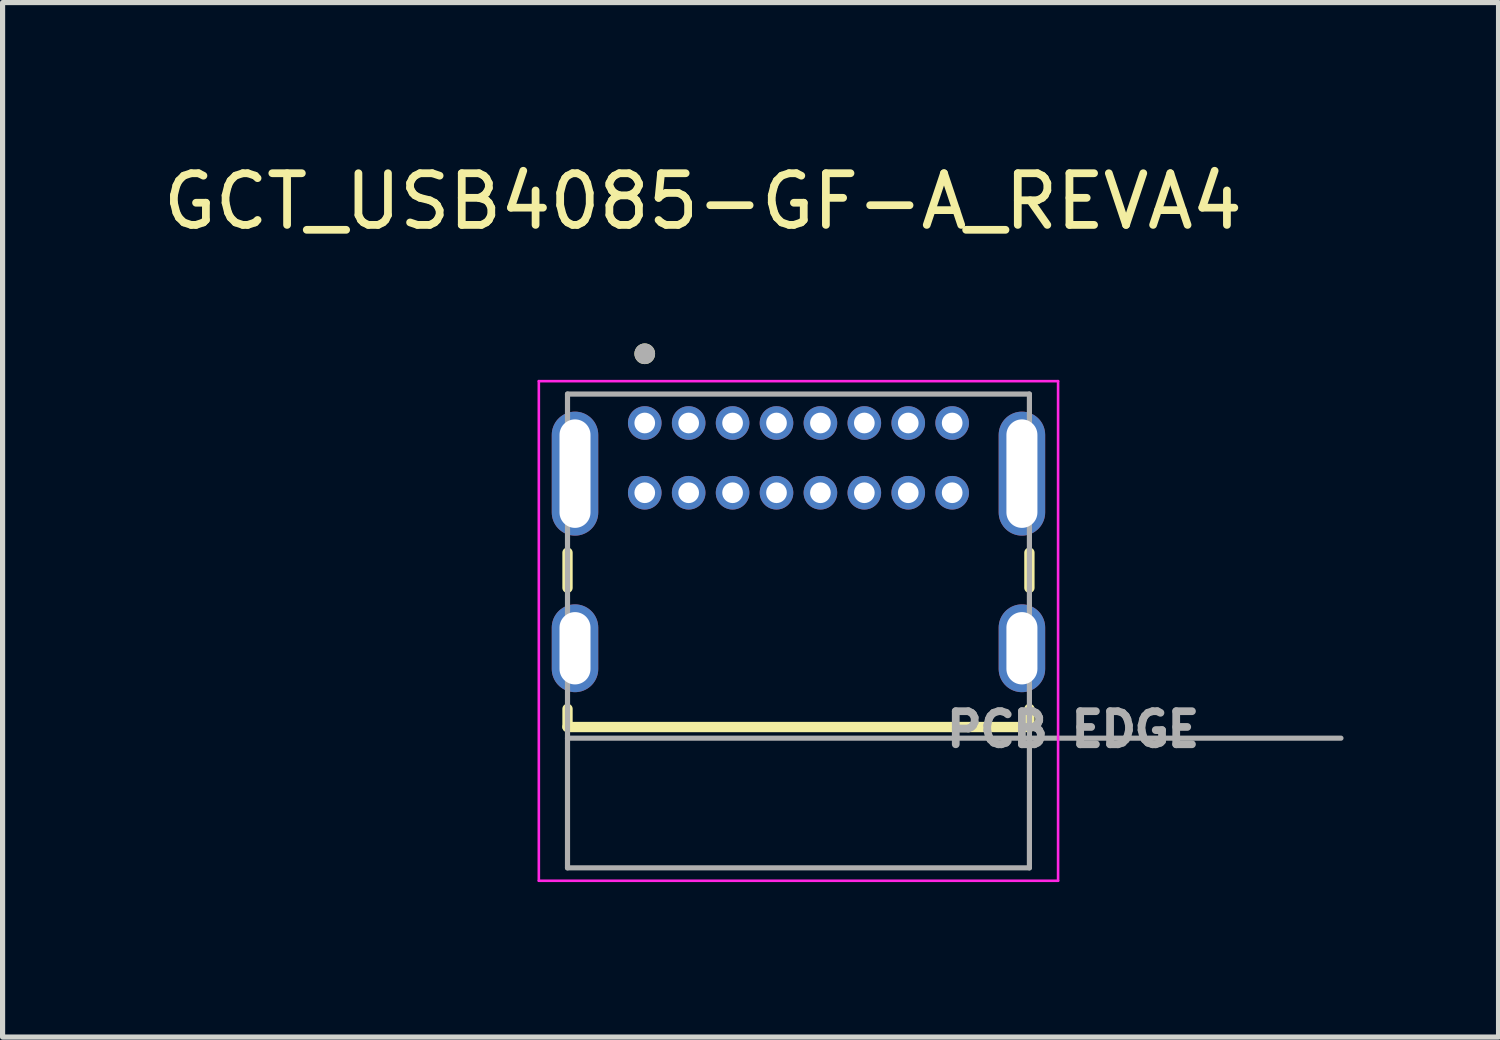
<source format=kicad_pcb>
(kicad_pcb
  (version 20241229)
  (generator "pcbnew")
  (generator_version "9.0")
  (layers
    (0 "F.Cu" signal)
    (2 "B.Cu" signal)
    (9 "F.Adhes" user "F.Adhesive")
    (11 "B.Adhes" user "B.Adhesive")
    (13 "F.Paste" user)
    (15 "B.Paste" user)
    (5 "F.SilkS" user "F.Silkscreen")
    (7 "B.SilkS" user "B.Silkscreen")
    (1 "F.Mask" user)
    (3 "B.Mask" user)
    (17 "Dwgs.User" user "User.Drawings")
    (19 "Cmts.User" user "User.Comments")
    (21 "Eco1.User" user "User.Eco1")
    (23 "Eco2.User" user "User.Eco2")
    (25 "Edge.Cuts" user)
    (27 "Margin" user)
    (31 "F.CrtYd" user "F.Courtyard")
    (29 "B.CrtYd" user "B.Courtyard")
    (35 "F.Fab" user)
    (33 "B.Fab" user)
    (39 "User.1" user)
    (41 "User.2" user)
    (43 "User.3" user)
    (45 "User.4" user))
  (footprint "GCT_USB4085-GF-A_REVA4"
    (layer "F.Cu")
    (at 12.404 9.403)
    (property "Reference" "GCT_USB4085-GF-A_REVA4" (at -1.85 -8.555 0) (layer "F.SilkS") (effects (font (size 1 1) (thickness 0.15))))
    (attr through_hole)
    (fp_poly (pts (xy -3.775 -4.036) (xy -3.775 -2.536) (xy -3.776 -2.507) (xy -3.778 -2.479) (xy -3.782 -2.45) (xy -3.787 -2.422) (xy -3.794 -2.394) (xy -3.802 -2.366) (xy -3.812 -2.339) (xy -3.823 -2.312) (xy -3.835 -2.286) (xy -3.849 -2.261) (xy -3.864 -2.236) (xy -3.88 -2.213) (xy -3.898 -2.19) (xy -3.916 -2.168) (xy -3.936 -2.147) (xy -3.957 -2.127) (xy -3.979 -2.109) (xy -4.002 -2.091) (xy -4.025 -2.075) (xy -4.05 -2.06) (xy -4.075 -2.046) (xy -4.101 -2.034) (xy -4.128 -2.023) (xy -4.155 -2.013) (xy -4.183 -2.005) (xy -4.211 -1.998) (xy -4.239 -1.993) (xy -4.268 -1.989) (xy -4.296 -1.987) (xy -4.325 -1.986) (xy -4.354 -1.987) (xy -4.382 -1.989) (xy -4.411 -1.993) (xy -4.439 -1.998) (xy -4.467 -2.005) (xy -4.495 -2.013) (xy -4.522 -2.023) (xy -4.549 -2.034) (xy -4.575 -2.046) (xy -4.6 -2.06) (xy -4.625 -2.075) (xy -4.648 -2.091) (xy -4.671 -2.109) (xy -4.693 -2.127) (xy -4.714 -2.147) (xy -4.734 -2.168) (xy -4.752 -2.19) (xy -4.77 -2.213) (xy -4.786 -2.236) (xy -4.801 -2.261) (xy -4.815 -2.286) (xy -4.827 -2.312) (xy -4.838 -2.339) (xy -4.848 -2.366) (xy -4.856 -2.394) (xy -4.863 -2.422) (xy -4.868 -2.45) (xy -4.872 -2.479) (xy -4.874 -2.507) (xy -4.875 -2.536) (xy -4.875 -4.036) (xy -4.874 -4.065) (xy -4.872 -4.093) (xy -4.868 -4.122) (xy -4.863 -4.15) (xy -4.856 -4.178) (xy -4.848 -4.206) (xy -4.838 -4.233) (xy -4.827 -4.26) (xy -4.815 -4.286) (xy -4.801 -4.311) (xy -4.786 -4.336) (xy -4.77 -4.359) (xy -4.752 -4.382) (xy -4.734 -4.404) (xy -4.714 -4.425) (xy -4.693 -4.445) (xy -4.671 -4.463) (xy -4.648 -4.481) (xy -4.625 -4.497) (xy -4.6 -4.512) (xy -4.575 -4.526) (xy -4.549 -4.538) (xy -4.522 -4.549) (xy -4.495 -4.559) (xy -4.467 -4.567) (xy -4.439 -4.574) (xy -4.411 -4.579) (xy -4.382 -4.583) (xy -4.354 -4.585) (xy -4.325 -4.586) (xy -4.296 -4.585) (xy -4.268 -4.583) (xy -4.239 -4.579) (xy -4.211 -4.574) (xy -4.183 -4.567) (xy -4.155 -4.559) (xy -4.128 -4.549) (xy -4.101 -4.538) (xy -4.075 -4.526) (xy -4.05 -4.512) (xy -4.025 -4.497) (xy -4.002 -4.481) (xy -3.979 -4.463) (xy -3.957 -4.445) (xy -3.936 -4.425) (xy -3.916 -4.404) (xy -3.898 -4.382) (xy -3.88 -4.359) (xy -3.864 -4.336) (xy -3.849 -4.311) (xy -3.835 -4.286) (xy -3.823 -4.26) (xy -3.812 -4.233) (xy -3.802 -4.206) (xy -3.794 -4.178) (xy -3.787 -4.15) (xy -3.782 -4.122) (xy -3.778 -4.093) (xy -3.776 -4.065) (xy -3.775 -4.036)) (stroke (width 0.01) (type solid)) (fill yes) (layer "F.Mask"))
    (fp_poly (pts (xy -3.775 -0.306) (xy -3.775 0.494) (xy -3.776 0.523) (xy -3.778 0.551) (xy -3.782 0.58) (xy -3.787 0.608) (xy -3.794 0.636) (xy -3.802 0.664) (xy -3.812 0.691) (xy -3.823 0.718) (xy -3.835 0.744) (xy -3.849 0.769) (xy -3.864 0.794) (xy -3.88 0.817) (xy -3.898 0.84) (xy -3.916 0.862) (xy -3.936 0.883) (xy -3.957 0.903) (xy -3.979 0.921) (xy -4.002 0.939) (xy -4.025 0.955) (xy -4.05 0.97) (xy -4.075 0.984) (xy -4.101 0.996) (xy -4.128 1.007) (xy -4.155 1.017) (xy -4.183 1.025) (xy -4.211 1.032) (xy -4.239 1.037) (xy -4.268 1.041) (xy -4.296 1.043) (xy -4.325 1.044) (xy -4.354 1.043) (xy -4.382 1.041) (xy -4.411 1.037) (xy -4.439 1.032) (xy -4.467 1.025) (xy -4.495 1.017) (xy -4.522 1.007) (xy -4.549 0.996) (xy -4.575 0.984) (xy -4.6 0.97) (xy -4.625 0.955) (xy -4.648 0.939) (xy -4.671 0.921) (xy -4.693 0.903) (xy -4.714 0.883) (xy -4.734 0.862) (xy -4.752 0.84) (xy -4.77 0.817) (xy -4.786 0.794) (xy -4.801 0.769) (xy -4.815 0.744) (xy -4.827 0.718) (xy -4.838 0.691) (xy -4.848 0.664) (xy -4.856 0.636) (xy -4.863 0.608) (xy -4.868 0.58) (xy -4.872 0.551) (xy -4.874 0.523) (xy -4.875 0.494) (xy -4.875 -0.306) (xy -4.874 -0.335) (xy -4.872 -0.363) (xy -4.868 -0.392) (xy -4.863 -0.42) (xy -4.856 -0.448) (xy -4.848 -0.476) (xy -4.838 -0.503) (xy -4.827 -0.53) (xy -4.815 -0.556) (xy -4.801 -0.581) (xy -4.786 -0.606) (xy -4.77 -0.629) (xy -4.752 -0.652) (xy -4.734 -0.674) (xy -4.714 -0.695) (xy -4.693 -0.715) (xy -4.671 -0.733) (xy -4.648 -0.751) (xy -4.625 -0.767) (xy -4.6 -0.782) (xy -4.575 -0.796) (xy -4.549 -0.808) (xy -4.522 -0.819) (xy -4.495 -0.829) (xy -4.467 -0.837) (xy -4.439 -0.844) (xy -4.411 -0.849) (xy -4.382 -0.853) (xy -4.354 -0.855) (xy -4.325 -0.856) (xy -4.296 -0.855) (xy -4.268 -0.853) (xy -4.239 -0.849) (xy -4.211 -0.844) (xy -4.183 -0.837) (xy -4.155 -0.829) (xy -4.128 -0.819) (xy -4.101 -0.808) (xy -4.075 -0.796) (xy -4.05 -0.782) (xy -4.025 -0.767) (xy -4.002 -0.751) (xy -3.979 -0.733) (xy -3.957 -0.715) (xy -3.936 -0.695) (xy -3.916 -0.674) (xy -3.898 -0.652) (xy -3.88 -0.629) (xy -3.864 -0.606) (xy -3.849 -0.581) (xy -3.835 -0.556) (xy -3.823 -0.53) (xy -3.812 -0.503) (xy -3.802 -0.476) (xy -3.794 -0.448) (xy -3.787 -0.42) (xy -3.782 -0.392) (xy -3.778 -0.363) (xy -3.776 -0.335) (xy -3.775 -0.306)) (stroke (width 0.01) (type solid)) (fill yes) (layer "F.Mask"))
    (fp_poly (pts (xy 4.875 -4.036) (xy 4.875 -2.536) (xy 4.874 -2.507) (xy 4.872 -2.479) (xy 4.868 -2.45) (xy 4.863 -2.422) (xy 4.856 -2.394) (xy 4.848 -2.366) (xy 4.838 -2.339) (xy 4.827 -2.312) (xy 4.815 -2.286) (xy 4.801 -2.261) (xy 4.786 -2.236) (xy 4.77 -2.213) (xy 4.752 -2.19) (xy 4.734 -2.168) (xy 4.714 -2.147) (xy 4.693 -2.127) (xy 4.671 -2.109) (xy 4.648 -2.091) (xy 4.625 -2.075) (xy 4.6 -2.06) (xy 4.575 -2.046) (xy 4.549 -2.034) (xy 4.522 -2.023) (xy 4.495 -2.013) (xy 4.467 -2.005) (xy 4.439 -1.998) (xy 4.411 -1.993) (xy 4.382 -1.989) (xy 4.354 -1.987) (xy 4.325 -1.986) (xy 4.296 -1.987) (xy 4.268 -1.989) (xy 4.239 -1.993) (xy 4.211 -1.998) (xy 4.183 -2.005) (xy 4.155 -2.013) (xy 4.128 -2.023) (xy 4.101 -2.034) (xy 4.075 -2.046) (xy 4.05 -2.06) (xy 4.025 -2.075) (xy 4.002 -2.091) (xy 3.979 -2.109) (xy 3.957 -2.127) (xy 3.936 -2.147) (xy 3.916 -2.168) (xy 3.898 -2.19) (xy 3.88 -2.213) (xy 3.864 -2.236) (xy 3.849 -2.261) (xy 3.835 -2.286) (xy 3.823 -2.312) (xy 3.812 -2.339) (xy 3.802 -2.366) (xy 3.794 -2.394) (xy 3.787 -2.422) (xy 3.782 -2.45) (xy 3.778 -2.479) (xy 3.776 -2.507) (xy 3.775 -2.536) (xy 3.775 -4.036) (xy 3.776 -4.065) (xy 3.778 -4.093) (xy 3.782 -4.122) (xy 3.787 -4.15) (xy 3.794 -4.178) (xy 3.802 -4.206) (xy 3.812 -4.233) (xy 3.823 -4.26) (xy 3.835 -4.286) (xy 3.849 -4.311) (xy 3.864 -4.336) (xy 3.88 -4.359) (xy 3.898 -4.382) (xy 3.916 -4.404) (xy 3.936 -4.425) (xy 3.957 -4.445) (xy 3.979 -4.463) (xy 4.002 -4.481) (xy 4.025 -4.497) (xy 4.05 -4.512) (xy 4.075 -4.526) (xy 4.101 -4.538) (xy 4.128 -4.549) (xy 4.155 -4.559) (xy 4.183 -4.567) (xy 4.211 -4.574) (xy 4.239 -4.579) (xy 4.268 -4.583) (xy 4.296 -4.585) (xy 4.325 -4.586) (xy 4.354 -4.585) (xy 4.382 -4.583) (xy 4.411 -4.579) (xy 4.439 -4.574) (xy 4.467 -4.567) (xy 4.495 -4.559) (xy 4.522 -4.549) (xy 4.549 -4.538) (xy 4.575 -4.526) (xy 4.6 -4.512) (xy 4.625 -4.497) (xy 4.648 -4.481) (xy 4.671 -4.463) (xy 4.693 -4.445) (xy 4.714 -4.425) (xy 4.734 -4.404) (xy 4.752 -4.382) (xy 4.77 -4.359) (xy 4.786 -4.336) (xy 4.801 -4.311) (xy 4.815 -4.286) (xy 4.827 -4.26) (xy 4.838 -4.233) (xy 4.848 -4.206) (xy 4.856 -4.178) (xy 4.863 -4.15) (xy 4.868 -4.122) (xy 4.872 -4.093) (xy 4.874 -4.065) (xy 4.875 -4.036)) (stroke (width 0.01) (type solid)) (fill yes) (layer "F.Mask"))
    (fp_poly (pts (xy 4.875 -0.306) (xy 4.875 0.494) (xy 4.874 0.523) (xy 4.872 0.551) (xy 4.868 0.58) (xy 4.863 0.608) (xy 4.856 0.636) (xy 4.848 0.664) (xy 4.838 0.691) (xy 4.827 0.718) (xy 4.815 0.744) (xy 4.801 0.769) (xy 4.786 0.794) (xy 4.77 0.817) (xy 4.752 0.84) (xy 4.734 0.862) (xy 4.714 0.883) (xy 4.693 0.903) (xy 4.671 0.921) (xy 4.648 0.939) (xy 4.625 0.955) (xy 4.6 0.97) (xy 4.575 0.984) (xy 4.549 0.996) (xy 4.522 1.007) (xy 4.495 1.017) (xy 4.467 1.025) (xy 4.439 1.032) (xy 4.411 1.037) (xy 4.382 1.041) (xy 4.354 1.043) (xy 4.325 1.044) (xy 4.296 1.043) (xy 4.268 1.041) (xy 4.239 1.037) (xy 4.211 1.032) (xy 4.183 1.025) (xy 4.155 1.017) (xy 4.128 1.007) (xy 4.101 0.996) (xy 4.075 0.984) (xy 4.05 0.97) (xy 4.025 0.955) (xy 4.002 0.939) (xy 3.979 0.921) (xy 3.957 0.903) (xy 3.936 0.883) (xy 3.916 0.862) (xy 3.898 0.84) (xy 3.88 0.817) (xy 3.864 0.794) (xy 3.849 0.769) (xy 3.835 0.744) (xy 3.823 0.718) (xy 3.812 0.691) (xy 3.802 0.664) (xy 3.794 0.636) (xy 3.787 0.608) (xy 3.782 0.58) (xy 3.778 0.551) (xy 3.776 0.523) (xy 3.775 0.494) (xy 3.775 -0.306) (xy 3.776 -0.335) (xy 3.778 -0.363) (xy 3.782 -0.392) (xy 3.787 -0.42) (xy 3.794 -0.448) (xy 3.802 -0.476) (xy 3.812 -0.503) (xy 3.823 -0.53) (xy 3.835 -0.556) (xy 3.849 -0.581) (xy 3.864 -0.606) (xy 3.88 -0.629) (xy 3.898 -0.652) (xy 3.916 -0.674) (xy 3.936 -0.695) (xy 3.957 -0.715) (xy 3.979 -0.733) (xy 4.002 -0.751) (xy 4.025 -0.767) (xy 4.05 -0.782) (xy 4.075 -0.796) (xy 4.101 -0.808) (xy 4.128 -0.819) (xy 4.155 -0.829) (xy 4.183 -0.837) (xy 4.211 -0.844) (xy 4.239 -0.849) (xy 4.268 -0.853) (xy 4.296 -0.855) (xy 4.325 -0.856) (xy 4.354 -0.855) (xy 4.382 -0.853) (xy 4.411 -0.849) (xy 4.439 -0.844) (xy 4.467 -0.837) (xy 4.495 -0.829) (xy 4.522 -0.819) (xy 4.549 -0.808) (xy 4.575 -0.796) (xy 4.6 -0.782) (xy 4.625 -0.767) (xy 4.648 -0.751) (xy 4.671 -0.733) (xy 4.693 -0.715) (xy 4.714 -0.695) (xy 4.734 -0.674) (xy 4.752 -0.652) (xy 4.77 -0.629) (xy 4.786 -0.606) (xy 4.801 -0.581) (xy 4.815 -0.556) (xy 4.827 -0.53) (xy 4.838 -0.503) (xy 4.848 -0.476) (xy 4.856 -0.448) (xy 4.863 -0.42) (xy 4.868 -0.392) (xy 4.872 -0.363) (xy 4.874 -0.335) (xy 4.875 -0.306)) (stroke (width 0.01) (type solid)) (fill yes) (layer "F.Mask"))
    (fp_poly (pts (xy -4.875 -4.036) (xy -4.875 -2.536) (xy -4.874 -2.507) (xy -4.872 -2.479) (xy -4.868 -2.45) (xy -4.863 -2.422) (xy -4.856 -2.394) (xy -4.848 -2.366) (xy -4.838 -2.339) (xy -4.827 -2.312) (xy -4.815 -2.286) (xy -4.801 -2.261) (xy -4.786 -2.236) (xy -4.77 -2.213) (xy -4.752 -2.19) (xy -4.734 -2.168) (xy -4.714 -2.147) (xy -4.693 -2.127) (xy -4.671 -2.109) (xy -4.648 -2.091) (xy -4.625 -2.075) (xy -4.6 -2.06) (xy -4.575 -2.046) (xy -4.549 -2.034) (xy -4.522 -2.023) (xy -4.495 -2.013) (xy -4.467 -2.005) (xy -4.439 -1.998) (xy -4.411 -1.993) (xy -4.382 -1.989) (xy -4.354 -1.987) (xy -4.325 -1.986) (xy -4.296 -1.987) (xy -4.268 -1.989) (xy -4.239 -1.993) (xy -4.211 -1.998) (xy -4.183 -2.005) (xy -4.155 -2.013) (xy -4.128 -2.023) (xy -4.101 -2.034) (xy -4.075 -2.046) (xy -4.05 -2.06) (xy -4.025 -2.075) (xy -4.002 -2.091) (xy -3.979 -2.109) (xy -3.957 -2.127) (xy -3.936 -2.147) (xy -3.916 -2.168) (xy -3.898 -2.19) (xy -3.88 -2.213) (xy -3.864 -2.236) (xy -3.849 -2.261) (xy -3.835 -2.286) (xy -3.823 -2.312) (xy -3.812 -2.339) (xy -3.802 -2.366) (xy -3.794 -2.394) (xy -3.787 -2.422) (xy -3.782 -2.45) (xy -3.778 -2.479) (xy -3.776 -2.507) (xy -3.775 -2.536) (xy -3.775 -4.036) (xy -3.776 -4.065) (xy -3.778 -4.093) (xy -3.782 -4.122) (xy -3.787 -4.15) (xy -3.794 -4.178) (xy -3.802 -4.206) (xy -3.812 -4.233) (xy -3.823 -4.26) (xy -3.835 -4.286) (xy -3.849 -4.311) (xy -3.864 -4.336) (xy -3.88 -4.359) (xy -3.898 -4.382) (xy -3.916 -4.404) (xy -3.936 -4.425) (xy -3.957 -4.445) (xy -3.979 -4.463) (xy -4.002 -4.481) (xy -4.025 -4.497) (xy -4.05 -4.512) (xy -4.075 -4.526) (xy -4.101 -4.538) (xy -4.128 -4.549) (xy -4.155 -4.559) (xy -4.183 -4.567) (xy -4.211 -4.574) (xy -4.239 -4.579) (xy -4.268 -4.583) (xy -4.296 -4.585) (xy -4.325 -4.586) (xy -4.354 -4.585) (xy -4.382 -4.583) (xy -4.411 -4.579) (xy -4.439 -4.574) (xy -4.467 -4.567) (xy -4.495 -4.559) (xy -4.522 -4.549) (xy -4.549 -4.538) (xy -4.575 -4.526) (xy -4.6 -4.512) (xy -4.625 -4.497) (xy -4.648 -4.481) (xy -4.671 -4.463) (xy -4.693 -4.445) (xy -4.714 -4.425) (xy -4.734 -4.404) (xy -4.752 -4.382) (xy -4.77 -4.359) (xy -4.786 -4.336) (xy -4.801 -4.311) (xy -4.815 -4.286) (xy -4.827 -4.26) (xy -4.838 -4.233) (xy -4.848 -4.206) (xy -4.856 -4.178) (xy -4.863 -4.15) (xy -4.868 -4.122) (xy -4.872 -4.093) (xy -4.874 -4.065) (xy -4.875 -4.036)) (stroke (width 0.01) (type solid)) (fill yes) (layer "B.Mask"))
    (fp_poly (pts (xy -4.875 -0.306) (xy -4.875 0.494) (xy -4.874 0.523) (xy -4.872 0.551) (xy -4.868 0.58) (xy -4.863 0.608) (xy -4.856 0.636) (xy -4.848 0.664) (xy -4.838 0.691) (xy -4.827 0.718) (xy -4.815 0.744) (xy -4.801 0.769) (xy -4.786 0.794) (xy -4.77 0.817) (xy -4.752 0.84) (xy -4.734 0.862) (xy -4.714 0.883) (xy -4.693 0.903) (xy -4.671 0.921) (xy -4.648 0.939) (xy -4.625 0.955) (xy -4.6 0.97) (xy -4.575 0.984) (xy -4.549 0.996) (xy -4.522 1.007) (xy -4.495 1.017) (xy -4.467 1.025) (xy -4.439 1.032) (xy -4.411 1.037) (xy -4.382 1.041) (xy -4.354 1.043) (xy -4.325 1.044) (xy -4.296 1.043) (xy -4.268 1.041) (xy -4.239 1.037) (xy -4.211 1.032) (xy -4.183 1.025) (xy -4.155 1.017) (xy -4.128 1.007) (xy -4.101 0.996) (xy -4.075 0.984) (xy -4.05 0.97) (xy -4.025 0.955) (xy -4.002 0.939) (xy -3.979 0.921) (xy -3.957 0.903) (xy -3.936 0.883) (xy -3.916 0.862) (xy -3.898 0.84) (xy -3.88 0.817) (xy -3.864 0.794) (xy -3.849 0.769) (xy -3.835 0.744) (xy -3.823 0.718) (xy -3.812 0.691) (xy -3.802 0.664) (xy -3.794 0.636) (xy -3.787 0.608) (xy -3.782 0.58) (xy -3.778 0.551) (xy -3.776 0.523) (xy -3.775 0.494) (xy -3.775 -0.306) (xy -3.776 -0.335) (xy -3.778 -0.363) (xy -3.782 -0.392) (xy -3.787 -0.42) (xy -3.794 -0.448) (xy -3.802 -0.476) (xy -3.812 -0.503) (xy -3.823 -0.53) (xy -3.835 -0.556) (xy -3.849 -0.581) (xy -3.864 -0.606) (xy -3.88 -0.629) (xy -3.898 -0.652) (xy -3.916 -0.674) (xy -3.936 -0.695) (xy -3.957 -0.715) (xy -3.979 -0.733) (xy -4.002 -0.751) (xy -4.025 -0.767) (xy -4.05 -0.782) (xy -4.075 -0.796) (xy -4.101 -0.808) (xy -4.128 -0.819) (xy -4.155 -0.829) (xy -4.183 -0.837) (xy -4.211 -0.844) (xy -4.239 -0.849) (xy -4.268 -0.853) (xy -4.296 -0.855) (xy -4.325 -0.856) (xy -4.354 -0.855) (xy -4.382 -0.853) (xy -4.411 -0.849) (xy -4.439 -0.844) (xy -4.467 -0.837) (xy -4.495 -0.829) (xy -4.522 -0.819) (xy -4.549 -0.808) (xy -4.575 -0.796) (xy -4.6 -0.782) (xy -4.625 -0.767) (xy -4.648 -0.751) (xy -4.671 -0.733) (xy -4.693 -0.715) (xy -4.714 -0.695) (xy -4.734 -0.674) (xy -4.752 -0.652) (xy -4.77 -0.629) (xy -4.786 -0.606) (xy -4.801 -0.581) (xy -4.815 -0.556) (xy -4.827 -0.53) (xy -4.838 -0.503) (xy -4.848 -0.476) (xy -4.856 -0.448) (xy -4.863 -0.42) (xy -4.868 -0.392) (xy -4.872 -0.363) (xy -4.874 -0.335) (xy -4.875 -0.306)) (stroke (width 0.01) (type solid)) (fill yes) (layer "B.Mask"))
    (fp_poly (pts (xy 3.775 -4.036) (xy 3.775 -2.536) (xy 3.776 -2.507) (xy 3.778 -2.479) (xy 3.782 -2.45) (xy 3.787 -2.422) (xy 3.794 -2.394) (xy 3.802 -2.366) (xy 3.812 -2.339) (xy 3.823 -2.312) (xy 3.835 -2.286) (xy 3.849 -2.261) (xy 3.864 -2.236) (xy 3.88 -2.213) (xy 3.898 -2.19) (xy 3.916 -2.168) (xy 3.936 -2.147) (xy 3.957 -2.127) (xy 3.979 -2.109) (xy 4.002 -2.091) (xy 4.025 -2.075) (xy 4.05 -2.06) (xy 4.075 -2.046) (xy 4.101 -2.034) (xy 4.128 -2.023) (xy 4.155 -2.013) (xy 4.183 -2.005) (xy 4.211 -1.998) (xy 4.239 -1.993) (xy 4.268 -1.989) (xy 4.296 -1.987) (xy 4.325 -1.986) (xy 4.354 -1.987) (xy 4.382 -1.989) (xy 4.411 -1.993) (xy 4.439 -1.998) (xy 4.467 -2.005) (xy 4.495 -2.013) (xy 4.522 -2.023) (xy 4.549 -2.034) (xy 4.575 -2.046) (xy 4.6 -2.06) (xy 4.625 -2.075) (xy 4.648 -2.091) (xy 4.671 -2.109) (xy 4.693 -2.127) (xy 4.714 -2.147) (xy 4.734 -2.168) (xy 4.752 -2.19) (xy 4.77 -2.213) (xy 4.786 -2.236) (xy 4.801 -2.261) (xy 4.815 -2.286) (xy 4.827 -2.312) (xy 4.838 -2.339) (xy 4.848 -2.366) (xy 4.856 -2.394) (xy 4.863 -2.422) (xy 4.868 -2.45) (xy 4.872 -2.479) (xy 4.874 -2.507) (xy 4.875 -2.536) (xy 4.875 -4.036) (xy 4.874 -4.065) (xy 4.872 -4.093) (xy 4.868 -4.122) (xy 4.863 -4.15) (xy 4.856 -4.178) (xy 4.848 -4.206) (xy 4.838 -4.233) (xy 4.827 -4.26) (xy 4.815 -4.286) (xy 4.801 -4.311) (xy 4.786 -4.336) (xy 4.77 -4.359) (xy 4.752 -4.382) (xy 4.734 -4.404) (xy 4.714 -4.425) (xy 4.693 -4.445) (xy 4.671 -4.463) (xy 4.648 -4.481) (xy 4.625 -4.497) (xy 4.6 -4.512) (xy 4.575 -4.526) (xy 4.549 -4.538) (xy 4.522 -4.549) (xy 4.495 -4.559) (xy 4.467 -4.567) (xy 4.439 -4.574) (xy 4.411 -4.579) (xy 4.382 -4.583) (xy 4.354 -4.585) (xy 4.325 -4.586) (xy 4.296 -4.585) (xy 4.268 -4.583) (xy 4.239 -4.579) (xy 4.211 -4.574) (xy 4.183 -4.567) (xy 4.155 -4.559) (xy 4.128 -4.549) (xy 4.101 -4.538) (xy 4.075 -4.526) (xy 4.05 -4.512) (xy 4.025 -4.497) (xy 4.002 -4.481) (xy 3.979 -4.463) (xy 3.957 -4.445) (xy 3.936 -4.425) (xy 3.916 -4.404) (xy 3.898 -4.382) (xy 3.88 -4.359) (xy 3.864 -4.336) (xy 3.849 -4.311) (xy 3.835 -4.286) (xy 3.823 -4.26) (xy 3.812 -4.233) (xy 3.802 -4.206) (xy 3.794 -4.178) (xy 3.787 -4.15) (xy 3.782 -4.122) (xy 3.778 -4.093) (xy 3.776 -4.065) (xy 3.775 -4.036)) (stroke (width 0.01) (type solid)) (fill yes) (layer "B.Mask"))
    (fp_poly (pts (xy 3.775 -0.306) (xy 3.775 0.494) (xy 3.776 0.523) (xy 3.778 0.551) (xy 3.782 0.58) (xy 3.787 0.608) (xy 3.794 0.636) (xy 3.802 0.664) (xy 3.812 0.691) (xy 3.823 0.718) (xy 3.835 0.744) (xy 3.849 0.769) (xy 3.864 0.794) (xy 3.88 0.817) (xy 3.898 0.84) (xy 3.916 0.862) (xy 3.936 0.883) (xy 3.957 0.903) (xy 3.979 0.921) (xy 4.002 0.939) (xy 4.025 0.955) (xy 4.05 0.97) (xy 4.075 0.984) (xy 4.101 0.996) (xy 4.128 1.007) (xy 4.155 1.017) (xy 4.183 1.025) (xy 4.211 1.032) (xy 4.239 1.037) (xy 4.268 1.041) (xy 4.296 1.043) (xy 4.325 1.044) (xy 4.354 1.043) (xy 4.382 1.041) (xy 4.411 1.037) (xy 4.439 1.032) (xy 4.467 1.025) (xy 4.495 1.017) (xy 4.522 1.007) (xy 4.549 0.996) (xy 4.575 0.984) (xy 4.6 0.97) (xy 4.625 0.955) (xy 4.648 0.939) (xy 4.671 0.921) (xy 4.693 0.903) (xy 4.714 0.883) (xy 4.734 0.862) (xy 4.752 0.84) (xy 4.77 0.817) (xy 4.786 0.794) (xy 4.801 0.769) (xy 4.815 0.744) (xy 4.827 0.718) (xy 4.838 0.691) (xy 4.848 0.664) (xy 4.856 0.636) (xy 4.863 0.608) (xy 4.868 0.58) (xy 4.872 0.551) (xy 4.874 0.523) (xy 4.875 0.494) (xy 4.875 -0.306) (xy 4.874 -0.335) (xy 4.872 -0.363) (xy 4.868 -0.392) (xy 4.863 -0.42) (xy 4.856 -0.448) (xy 4.848 -0.476) (xy 4.838 -0.503) (xy 4.827 -0.53) (xy 4.815 -0.556) (xy 4.801 -0.581) (xy 4.786 -0.606) (xy 4.77 -0.629) (xy 4.752 -0.652) (xy 4.734 -0.674) (xy 4.714 -0.695) (xy 4.693 -0.715) (xy 4.671 -0.733) (xy 4.648 -0.751) (xy 4.625 -0.767) (xy 4.6 -0.782) (xy 4.575 -0.796) (xy 4.549 -0.808) (xy 4.522 -0.819) (xy 4.495 -0.829) (xy 4.467 -0.837) (xy 4.439 -0.844) (xy 4.411 -0.849) (xy 4.382 -0.853) (xy 4.354 -0.855) (xy 4.325 -0.856) (xy 4.296 -0.855) (xy 4.268 -0.853) (xy 4.239 -0.849) (xy 4.211 -0.844) (xy 4.183 -0.837) (xy 4.155 -0.829) (xy 4.128 -0.819) (xy 4.101 -0.808) (xy 4.075 -0.796) (xy 4.05 -0.782) (xy 4.025 -0.767) (xy 4.002 -0.751) (xy 3.979 -0.733) (xy 3.957 -0.715) (xy 3.936 -0.695) (xy 3.916 -0.674) (xy 3.898 -0.652) (xy 3.88 -0.629) (xy 3.864 -0.606) (xy 3.849 -0.581) (xy 3.835 -0.556) (xy 3.823 -0.53) (xy 3.812 -0.503) (xy 3.802 -0.476) (xy 3.794 -0.448) (xy 3.787 -0.42) (xy 3.782 -0.392) (xy 3.778 -0.363) (xy 3.776 -0.335) (xy 3.775 -0.306)) (stroke (width 0.01) (type solid)) (fill yes) (layer "B.Mask"))
    (fp_line (start -4.47 -1.756) (end -4.47 -1.076) (stroke (width 0.2) (type solid)) (layer "F.SilkS"))
    (fp_line (start -4.47 1.268) (end -4.47 1.618) (stroke (width 0.2) (type solid)) (layer "F.SilkS"))
    (fp_line (start -4.47 1.618) (end 4.47 1.618) (stroke (width 0.2) (type solid)) (layer "F.SilkS"))
    (fp_line (start 4.47 -1.756) (end 4.47 -1.076) (stroke (width 0.2) (type solid)) (layer "F.SilkS"))
    (fp_line (start 4.47 1.618) (end 4.47 1.268) (stroke (width 0.2) (type solid)) (layer "F.SilkS"))
    (fp_circle (center -2.975 -5.606) (end -2.875 -5.606) (stroke (width 0.2) (type solid)) (fill no) (layer "F.SilkS"))
    (fp_line (start -5.025 -5.076) (end 5.025 -5.076) (stroke (width 0.05) (type solid)) (layer "F.CrtYd"))
    (fp_line (start -5.025 4.594) (end -5.025 -5.076) (stroke (width 0.05) (type solid)) (layer "F.CrtYd"))
    (fp_line (start 5.025 -5.076) (end 5.025 4.594) (stroke (width 0.05) (type solid)) (layer "F.CrtYd"))
    (fp_line (start 5.025 4.594) (end -5.025 4.594) (stroke (width 0.05) (type solid)) (layer "F.CrtYd"))
    (fp_line (start -4.47 -4.826) (end 4.47 -4.826) (stroke (width 0.1) (type solid)) (layer "F.Fab"))
    (fp_line (start -4.47 1.834) (end -4.47 -4.826) (stroke (width 0.1) (type solid)) (layer "F.Fab"))
    (fp_line (start -4.47 1.834) (end 10.5 1.834) (stroke (width 0.1) (type solid)) (layer "F.Fab"))
    (fp_line (start -4.47 4.344) (end -4.47 1.834) (stroke (width 0.1) (type solid)) (layer "F.Fab"))
    (fp_line (start 4.47 -4.826) (end 4.47 4.344) (stroke (width 0.1) (type solid)) (layer "F.Fab"))
    (fp_line (start 4.47 4.344) (end -4.47 4.344) (stroke (width 0.1) (type solid)) (layer "F.Fab"))
    (fp_circle (center -2.975 -5.606) (end -2.875 -5.606) (stroke (width 0.2) (type solid)) (fill no) (layer "F.Fab"))
    (fp_text user "PCB EDGE" (at 5.315 1.664 0) (layer "F.Fab") (effects (font (size 0.64 0.64) (thickness 0.15))))
    (pad "A1" thru_hole circle (at -2.975 -4.266) (size 0.65 0.65) (drill 0.4) (layers "*.Cu" "*.Mask"))
    (pad "A4" thru_hole circle (at -2.125 -4.266) (size 0.65 0.65) (drill 0.4) (layers "*.Cu" "*.Mask"))
    (pad "A5" thru_hole circle (at -1.275 -4.266) (size 0.65 0.65) (drill 0.4) (layers "*.Cu" "*.Mask"))
    (pad "A6" thru_hole circle (at -0.425 -4.266) (size 0.65 0.65) (drill 0.4) (layers "*.Cu" "*.Mask"))
    (pad "A7" thru_hole circle (at 0.425 -4.266) (size 0.65 0.65) (drill 0.4) (layers "*.Cu" "*.Mask"))
    (pad "A8" thru_hole circle (at 1.275 -4.266) (size 0.65 0.65) (drill 0.4) (layers "*.Cu" "*.Mask"))
    (pad "A9" thru_hole circle (at 2.125 -4.266) (size 0.65 0.65) (drill 0.4) (layers "*.Cu" "*.Mask"))
    (pad "A12" thru_hole circle (at 2.975 -4.266) (size 0.65 0.65) (drill 0.4) (layers "*.Cu" "*.Mask"))
    (pad "B1" thru_hole circle (at 2.975 -2.916) (size 0.65 0.65) (drill 0.4) (layers "*.Cu" "*.Mask"))
    (pad "B4" thru_hole circle (at 2.125 -2.916) (size 0.65 0.65) (drill 0.4) (layers "*.Cu" "*.Mask"))
    (pad "B5" thru_hole circle (at 1.275 -2.916) (size 0.65 0.65) (drill 0.4) (layers "*.Cu" "*.Mask"))
    (pad "B6" thru_hole circle (at 0.425 -2.916) (size 0.65 0.65) (drill 0.4) (layers "*.Cu" "*.Mask"))
    (pad "B7" thru_hole circle (at -0.425 -2.916) (size 0.65 0.65) (drill 0.4) (layers "*.Cu" "*.Mask"))
    (pad "B8" thru_hole circle (at -1.275 -2.916) (size 0.65 0.65) (drill 0.4) (layers "*.Cu" "*.Mask"))
    (pad "B9" thru_hole circle (at -2.125 -2.916) (size 0.65 0.65) (drill 0.4) (layers "*.Cu" "*.Mask"))
    (pad "B12" thru_hole circle (at -2.975 -2.916) (size 0.65 0.65) (drill 0.4) (layers "*.Cu" "*.Mask"))
    (pad "S1" thru_hole oval (at -4.325 0.094) (size 0.9 1.7) (drill oval 0.6 1.4) (layers "*.Cu"))
    (pad "S2" thru_hole oval (at 4.325 0.094) (size 0.9 1.7) (drill oval 0.6 1.4) (layers "*.Cu"))
    (pad "S3" thru_hole oval (at -4.325 -3.286) (size 0.9 2.4) (drill oval 0.6 2.1) (layers "*.Cu"))
    (pad "S4" thru_hole oval (at 4.325 -3.286) (size 0.9 2.4) (drill oval 0.6 2.1) (layers "*.Cu")))
  (gr_rect
    (start -3 -3)
    (end 25.954 17.022)
    (stroke (width 0.1) (type default))
    (fill no)
    (layer "Edge.Cuts")))
</source>
